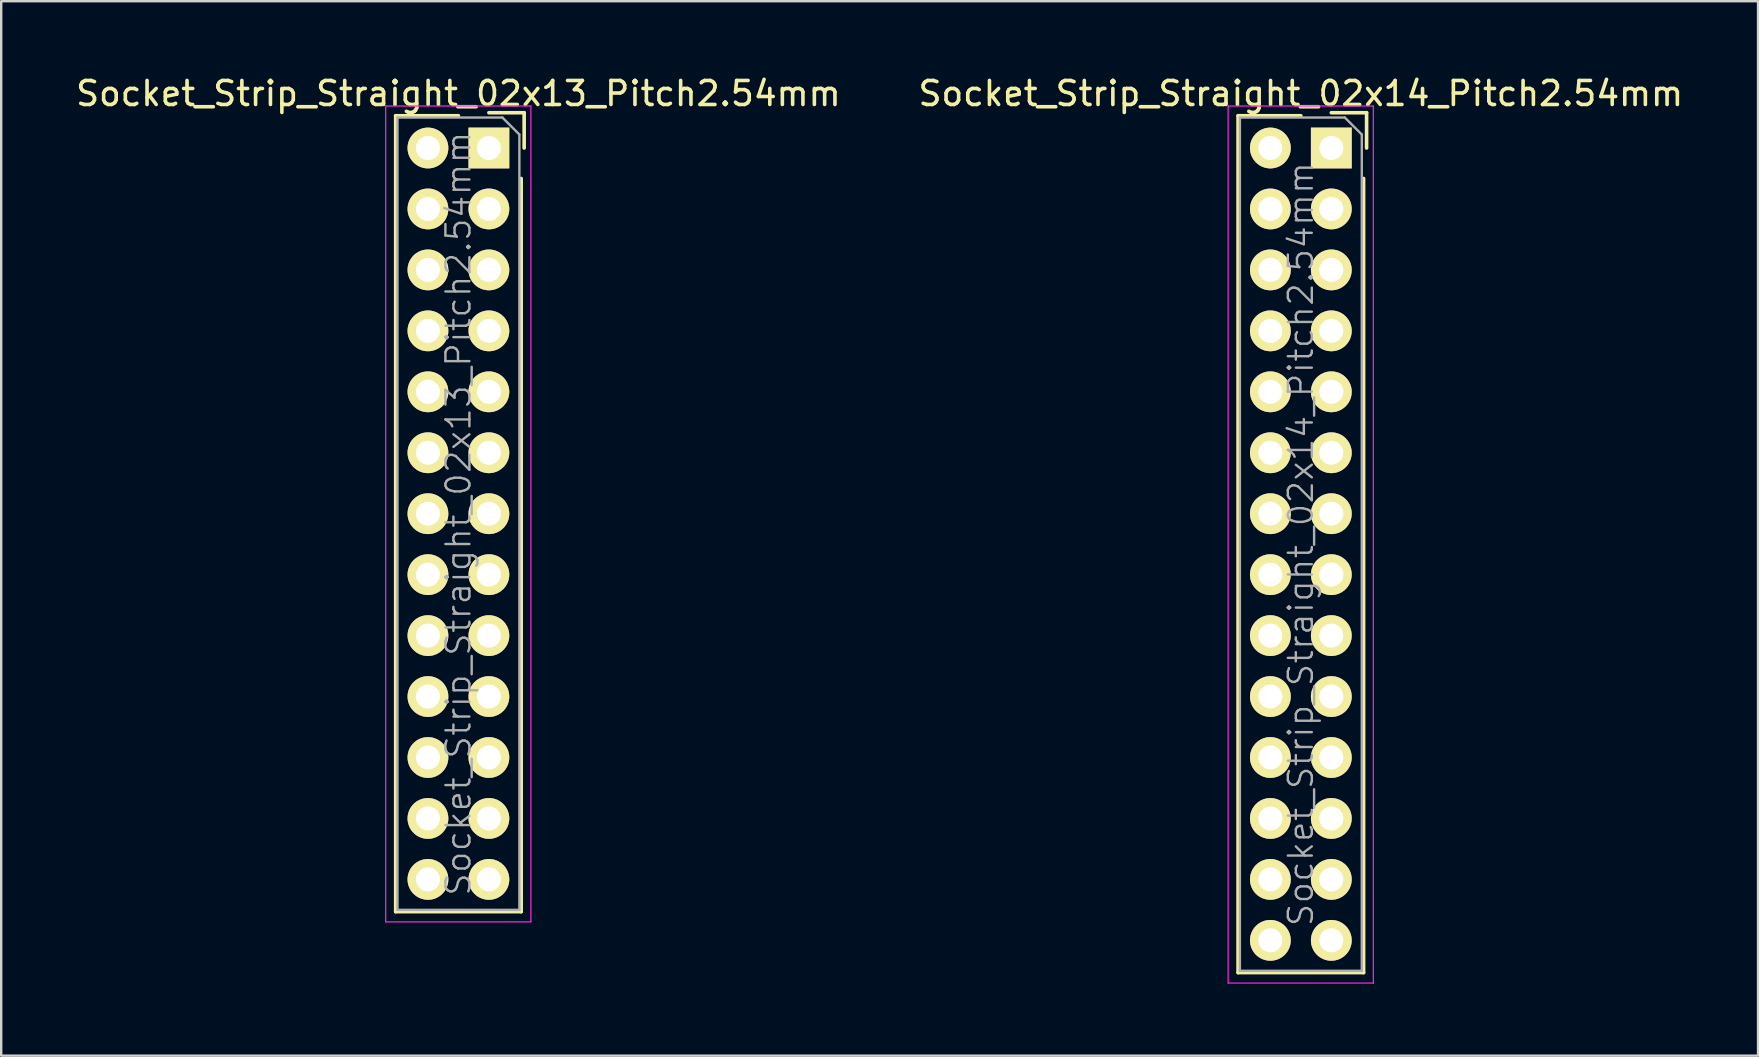
<source format=kicad_pcb>
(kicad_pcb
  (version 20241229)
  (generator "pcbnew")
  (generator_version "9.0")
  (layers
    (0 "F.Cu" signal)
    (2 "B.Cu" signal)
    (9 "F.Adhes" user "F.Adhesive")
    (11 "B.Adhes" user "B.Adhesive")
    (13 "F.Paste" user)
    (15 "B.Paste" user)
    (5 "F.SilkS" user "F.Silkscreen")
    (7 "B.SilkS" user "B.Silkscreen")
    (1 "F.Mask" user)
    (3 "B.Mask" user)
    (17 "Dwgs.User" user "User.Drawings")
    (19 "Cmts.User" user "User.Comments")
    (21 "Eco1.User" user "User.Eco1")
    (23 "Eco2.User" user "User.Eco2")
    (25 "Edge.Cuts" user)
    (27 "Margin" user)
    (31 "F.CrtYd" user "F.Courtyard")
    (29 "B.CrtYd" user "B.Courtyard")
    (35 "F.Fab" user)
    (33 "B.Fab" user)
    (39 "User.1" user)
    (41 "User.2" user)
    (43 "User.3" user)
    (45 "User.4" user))
  (footprint "Socket_Strip_Straight_02x13_Pitch2.54mm"
    (layer "F.Cu")
    (at 17.324 3.118)
    (property "Reference" "Socket_Strip_Straight_02x13_Pitch2.54mm" (at -1.27 -2.27 0) (layer "F.SilkS") (effects (font (size 1 1) (thickness 0.15))))
    (attr smd)
    (fp_line (start -3.885 -1.345) (end -3.885 31.825) (stroke (width 0.15) (type solid)) (layer "F.SilkS"))
    (fp_line (start -1.27 -1.345) (end -3.885 -1.345) (stroke (width 0.15) (type solid)) (layer "F.SilkS"))
    (fp_line (start 1.345 1.27) (end 1.345 31.825) (stroke (width 0.15) (type solid)) (layer "F.SilkS"))
    (fp_line (start 1.345 31.825) (end -3.885 31.825) (stroke (width 0.15) (type solid)) (layer "F.SilkS"))
    (fp_line (start 1.47 -1.47) (end 0 -1.47) (stroke (width 0.15) (type solid)) (layer "F.SilkS"))
    (fp_line (start 1.47 -1.47) (end 1.47 0) (stroke (width 0.15) (type solid)) (layer "F.SilkS"))
    (fp_line (start -4.3 -1.75) (end -4.3 32.25) (stroke (width 0.05) (type solid)) (layer "F.CrtYd"))
    (fp_line (start 1.75 -1.75) (end -4.3 -1.75) (stroke (width 0.05) (type solid)) (layer "F.CrtYd"))
    (fp_line (start 1.75 -1.75) (end 1.75 32.25) (stroke (width 0.05) (type solid)) (layer "F.CrtYd"))
    (fp_line (start 1.75 32.25) (end -4.3 32.25) (stroke (width 0.05) (type solid)) (layer "F.CrtYd"))
    (fp_line (start -3.81 -1.27) (end 0.563 -1.27) (stroke (width 0.1) (type solid)) (layer "F.Fab"))
    (fp_line (start -3.81 31.75) (end -3.81 -1.27) (stroke (width 0.1) (type solid)) (layer "F.Fab"))
    (fp_line (start -3.81 31.75) (end 1.27 31.75) (stroke (width 0.1) (type solid)) (layer "F.Fab"))
    (fp_line (start 1.27 -0.563) (end 0.563 -1.27) (stroke (width 0.1) (type solid)) (layer "F.Fab"))
    (fp_line (start 1.27 31.75) (end 1.27 -0.563) (stroke (width 0.1) (type solid)) (layer "F.Fab"))
    (fp_text user "${REFERENCE}" (at -1.27 15.24 90) (layer "F.Fab") (effects (font (size 1 1) (thickness 0.1))))
    (pad "1" thru_hole rect (at 0 0) (size 1.7 1.7) (drill 1) (layers "*.Cu" "*.Mask" "F.SilkS"))
    (pad "2" thru_hole oval (at -2.54 0) (size 1.7 1.7) (drill 1) (layers "*.Cu" "*.Mask" "F.SilkS"))
    (pad "3" thru_hole oval (at 0 2.54) (size 1.7 1.7) (drill 1) (layers "*.Cu" "*.Mask" "F.SilkS"))
    (pad "4" thru_hole oval (at -2.54 2.54) (size 1.7 1.7) (drill 1) (layers "*.Cu" "*.Mask" "F.SilkS"))
    (pad "5" thru_hole oval (at 0 5.08) (size 1.7 1.7) (drill 1) (layers "*.Cu" "*.Mask" "F.SilkS"))
    (pad "6" thru_hole oval (at -2.54 5.08) (size 1.7 1.7) (drill 1) (layers "*.Cu" "*.Mask" "F.SilkS"))
    (pad "7" thru_hole oval (at 0 7.62) (size 1.7 1.7) (drill 1) (layers "*.Cu" "*.Mask" "F.SilkS"))
    (pad "8" thru_hole oval (at -2.54 7.62) (size 1.7 1.7) (drill 1) (layers "*.Cu" "*.Mask" "F.SilkS"))
    (pad "9" thru_hole oval (at 0 10.16) (size 1.7 1.7) (drill 1) (layers "*.Cu" "*.Mask" "F.SilkS"))
    (pad "10" thru_hole oval (at -2.54 10.16) (size 1.7 1.7) (drill 1) (layers "*.Cu" "*.Mask" "F.SilkS"))
    (pad "11" thru_hole oval (at 0 12.7) (size 1.7 1.7) (drill 1) (layers "*.Cu" "*.Mask" "F.SilkS"))
    (pad "12" thru_hole oval (at -2.54 12.7) (size 1.7 1.7) (drill 1) (layers "*.Cu" "*.Mask" "F.SilkS"))
    (pad "13" thru_hole oval (at 0 15.24) (size 1.7 1.7) (drill 1) (layers "*.Cu" "*.Mask" "F.SilkS"))
    (pad "14" thru_hole oval (at -2.54 15.24) (size 1.7 1.7) (drill 1) (layers "*.Cu" "*.Mask" "F.SilkS"))
    (pad "15" thru_hole oval (at 0 17.78) (size 1.7 1.7) (drill 1) (layers "*.Cu" "*.Mask" "F.SilkS"))
    (pad "16" thru_hole oval (at -2.54 17.78) (size 1.7 1.7) (drill 1) (layers "*.Cu" "*.Mask" "F.SilkS"))
    (pad "17" thru_hole oval (at 0 20.32) (size 1.7 1.7) (drill 1) (layers "*.Cu" "*.Mask" "F.SilkS"))
    (pad "18" thru_hole oval (at -2.54 20.32) (size 1.7 1.7) (drill 1) (layers "*.Cu" "*.Mask" "F.SilkS"))
    (pad "19" thru_hole oval (at 0 22.86) (size 1.7 1.7) (drill 1) (layers "*.Cu" "*.Mask" "F.SilkS"))
    (pad "20" thru_hole oval (at -2.54 22.86) (size 1.7 1.7) (drill 1) (layers "*.Cu" "*.Mask" "F.SilkS"))
    (pad "21" thru_hole oval (at 0 25.4) (size 1.7 1.7) (drill 1) (layers "*.Cu" "*.Mask" "F.SilkS"))
    (pad "22" thru_hole oval (at -2.54 25.4) (size 1.7 1.7) (drill 1) (layers "*.Cu" "*.Mask" "F.SilkS"))
    (pad "23" thru_hole oval (at 0 27.94) (size 1.7 1.7) (drill 1) (layers "*.Cu" "*.Mask" "F.SilkS"))
    (pad "24" thru_hole oval (at -2.54 27.94) (size 1.7 1.7) (drill 1) (layers "*.Cu" "*.Mask" "F.SilkS"))
    (pad "25" thru_hole oval (at 0 30.48) (size 1.7 1.7) (drill 1) (layers "*.Cu" "*.Mask" "F.SilkS"))
    (pad "26" thru_hole oval (at -2.54 30.48) (size 1.7 1.7) (drill 1) (layers "*.Cu" "*.Mask" "F.SilkS")))
  (footprint "Socket_Strip_Straight_02x14_Pitch2.54mm"
    (layer "F.Cu")
    (at 52.431 3.118)
    (property "Reference" "Socket_Strip_Straight_02x14_Pitch2.54mm" (at -1.27 -2.27 0) (layer "F.SilkS") (effects (font (size 1 1) (thickness 0.15))))
    (attr smd)
    (fp_line (start -3.885 -1.345) (end -3.885 34.365) (stroke (width 0.15) (type solid)) (layer "F.SilkS"))
    (fp_line (start -1.27 -1.345) (end -3.885 -1.345) (stroke (width 0.15) (type solid)) (layer "F.SilkS"))
    (fp_line (start 1.345 1.27) (end 1.345 34.365) (stroke (width 0.15) (type solid)) (layer "F.SilkS"))
    (fp_line (start 1.345 34.365) (end -3.885 34.365) (stroke (width 0.15) (type solid)) (layer "F.SilkS"))
    (fp_line (start 1.47 -1.47) (end 0 -1.47) (stroke (width 0.15) (type solid)) (layer "F.SilkS"))
    (fp_line (start 1.47 -1.47) (end 1.47 0) (stroke (width 0.15) (type solid)) (layer "F.SilkS"))
    (fp_line (start -4.3 -1.75) (end -4.3 34.8) (stroke (width 0.05) (type solid)) (layer "F.CrtYd"))
    (fp_line (start 1.75 -1.75) (end -4.3 -1.75) (stroke (width 0.05) (type solid)) (layer "F.CrtYd"))
    (fp_line (start 1.75 -1.75) (end 1.75 34.8) (stroke (width 0.05) (type solid)) (layer "F.CrtYd"))
    (fp_line (start 1.75 34.8) (end -4.3 34.8) (stroke (width 0.05) (type solid)) (layer "F.CrtYd"))
    (fp_line (start -3.81 -1.27) (end 0.563 -1.27) (stroke (width 0.1) (type solid)) (layer "F.Fab"))
    (fp_line (start -3.81 34.29) (end -3.81 -1.27) (stroke (width 0.1) (type solid)) (layer "F.Fab"))
    (fp_line (start -3.81 34.29) (end 1.27 34.29) (stroke (width 0.1) (type solid)) (layer "F.Fab"))
    (fp_line (start 1.27 -0.563) (end 0.563 -1.27) (stroke (width 0.1) (type solid)) (layer "F.Fab"))
    (fp_line (start 1.27 34.29) (end 1.27 -0.563) (stroke (width 0.1) (type solid)) (layer "F.Fab"))
    (fp_text user "${REFERENCE}" (at -1.27 16.51 90) (layer "F.Fab") (effects (font (size 1 1) (thickness 0.1))))
    (pad "1" thru_hole rect (at 0 0) (size 1.7 1.7) (drill 1) (layers "*.Cu" "*.Mask" "F.SilkS"))
    (pad "2" thru_hole oval (at -2.54 0) (size 1.7 1.7) (drill 1) (layers "*.Cu" "*.Mask" "F.SilkS"))
    (pad "3" thru_hole oval (at 0 2.54) (size 1.7 1.7) (drill 1) (layers "*.Cu" "*.Mask" "F.SilkS"))
    (pad "4" thru_hole oval (at -2.54 2.54) (size 1.7 1.7) (drill 1) (layers "*.Cu" "*.Mask" "F.SilkS"))
    (pad "5" thru_hole oval (at 0 5.08) (size 1.7 1.7) (drill 1) (layers "*.Cu" "*.Mask" "F.SilkS"))
    (pad "6" thru_hole oval (at -2.54 5.08) (size 1.7 1.7) (drill 1) (layers "*.Cu" "*.Mask" "F.SilkS"))
    (pad "7" thru_hole oval (at 0 7.62) (size 1.7 1.7) (drill 1) (layers "*.Cu" "*.Mask" "F.SilkS"))
    (pad "8" thru_hole oval (at -2.54 7.62) (size 1.7 1.7) (drill 1) (layers "*.Cu" "*.Mask" "F.SilkS"))
    (pad "9" thru_hole oval (at 0 10.16) (size 1.7 1.7) (drill 1) (layers "*.Cu" "*.Mask" "F.SilkS"))
    (pad "10" thru_hole oval (at -2.54 10.16) (size 1.7 1.7) (drill 1) (layers "*.Cu" "*.Mask" "F.SilkS"))
    (pad "11" thru_hole oval (at 0 12.7) (size 1.7 1.7) (drill 1) (layers "*.Cu" "*.Mask" "F.SilkS"))
    (pad "12" thru_hole oval (at -2.54 12.7) (size 1.7 1.7) (drill 1) (layers "*.Cu" "*.Mask" "F.SilkS"))
    (pad "13" thru_hole oval (at 0 15.24) (size 1.7 1.7) (drill 1) (layers "*.Cu" "*.Mask" "F.SilkS"))
    (pad "14" thru_hole oval (at -2.54 15.24) (size 1.7 1.7) (drill 1) (layers "*.Cu" "*.Mask" "F.SilkS"))
    (pad "15" thru_hole oval (at 0 17.78) (size 1.7 1.7) (drill 1) (layers "*.Cu" "*.Mask" "F.SilkS"))
    (pad "16" thru_hole oval (at -2.54 17.78) (size 1.7 1.7) (drill 1) (layers "*.Cu" "*.Mask" "F.SilkS"))
    (pad "17" thru_hole oval (at 0 20.32) (size 1.7 1.7) (drill 1) (layers "*.Cu" "*.Mask" "F.SilkS"))
    (pad "18" thru_hole oval (at -2.54 20.32) (size 1.7 1.7) (drill 1) (layers "*.Cu" "*.Mask" "F.SilkS"))
    (pad "19" thru_hole oval (at 0 22.86) (size 1.7 1.7) (drill 1) (layers "*.Cu" "*.Mask" "F.SilkS"))
    (pad "20" thru_hole oval (at -2.54 22.86) (size 1.7 1.7) (drill 1) (layers "*.Cu" "*.Mask" "F.SilkS"))
    (pad "21" thru_hole oval (at 0 25.4) (size 1.7 1.7) (drill 1) (layers "*.Cu" "*.Mask" "F.SilkS"))
    (pad "22" thru_hole oval (at -2.54 25.4) (size 1.7 1.7) (drill 1) (layers "*.Cu" "*.Mask" "F.SilkS"))
    (pad "23" thru_hole oval (at 0 27.94) (size 1.7 1.7) (drill 1) (layers "*.Cu" "*.Mask" "F.SilkS"))
    (pad "24" thru_hole oval (at -2.54 27.94) (size 1.7 1.7) (drill 1) (layers "*.Cu" "*.Mask" "F.SilkS"))
    (pad "25" thru_hole oval (at 0 30.48) (size 1.7 1.7) (drill 1) (layers "*.Cu" "*.Mask" "F.SilkS"))
    (pad "26" thru_hole oval (at -2.54 30.48) (size 1.7 1.7) (drill 1) (layers "*.Cu" "*.Mask" "F.SilkS"))
    (pad "27" thru_hole oval (at 0 33.02) (size 1.7 1.7) (drill 1) (layers "*.Cu" "*.Mask" "F.SilkS"))
    (pad "28" thru_hole oval (at -2.54 33.02) (size 1.7 1.7) (drill 1) (layers "*.Cu" "*.Mask" "F.SilkS")))
  (gr_rect
    (start -3 -3)
    (end 70.214 40.943)
    (stroke (width 0.1) (type default))
    (fill no)
    (layer "Edge.Cuts")))
</source>
